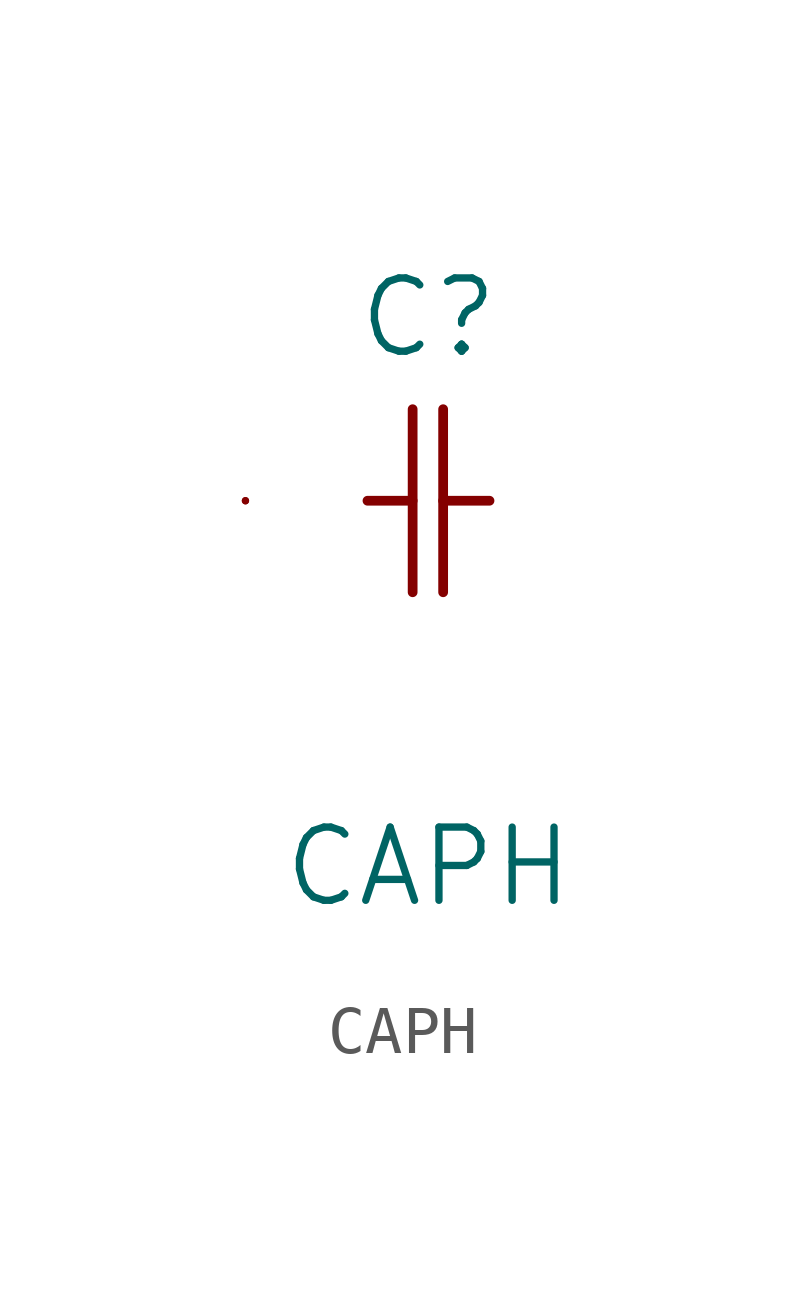
<source format=kicad_sym>
(kicad_symbol_lib
  (version 20220914)
  (generator kicad_symbol_editor)
  (symbol "CAPH"
    (pin_numbers hide)
    (pin_names
      (offset 1.651) hide)
    (property "Reference" "C"
      (at 3.81 3.81 0)
      (effects (font (size 1.524 1.524))))
    (property "Value" "CAPH"
      (at 3.81 -7.62 0)
      (effects (font (size 1.524 1.524))))
    (property "Datasheet" ""
      (at 0 0 0)
      (effects (font (size 1.524 1.524))))
    (symbol "CAPH_1_1"
      (polyline (pts (xy 2.54 0) (xy 3.48 0)) (stroke (width 0.203) (type solid)) (fill (type none)))
      (polyline (pts (xy 3.48 -1.905) (xy 3.48 1.905)) (stroke (width 0.203) (type solid)) (fill (type none)))
      (polyline (pts (xy 4.115 -1.905) (xy 4.115 1.905)) (stroke (width 0.203) (type solid)) (fill (type none)))
      (polyline (pts (xy 4.115 0) (xy 5.08 0)) (stroke (width 0.203) (type solid)) (fill (type none)))
      (pin unspecified line (at 0 0 180) (length 0) (name "1" (effects (font (size 1.499 1.499)))) (number "1" (effects (font (size 1.499 1.499)))))
      (pin unspecified line (at 0 0 180) (length 0) (name "2" (effects (font (size 1.499 1.499)))) (number "2" (effects (font (size 1.499 1.499))))))))
</source>
